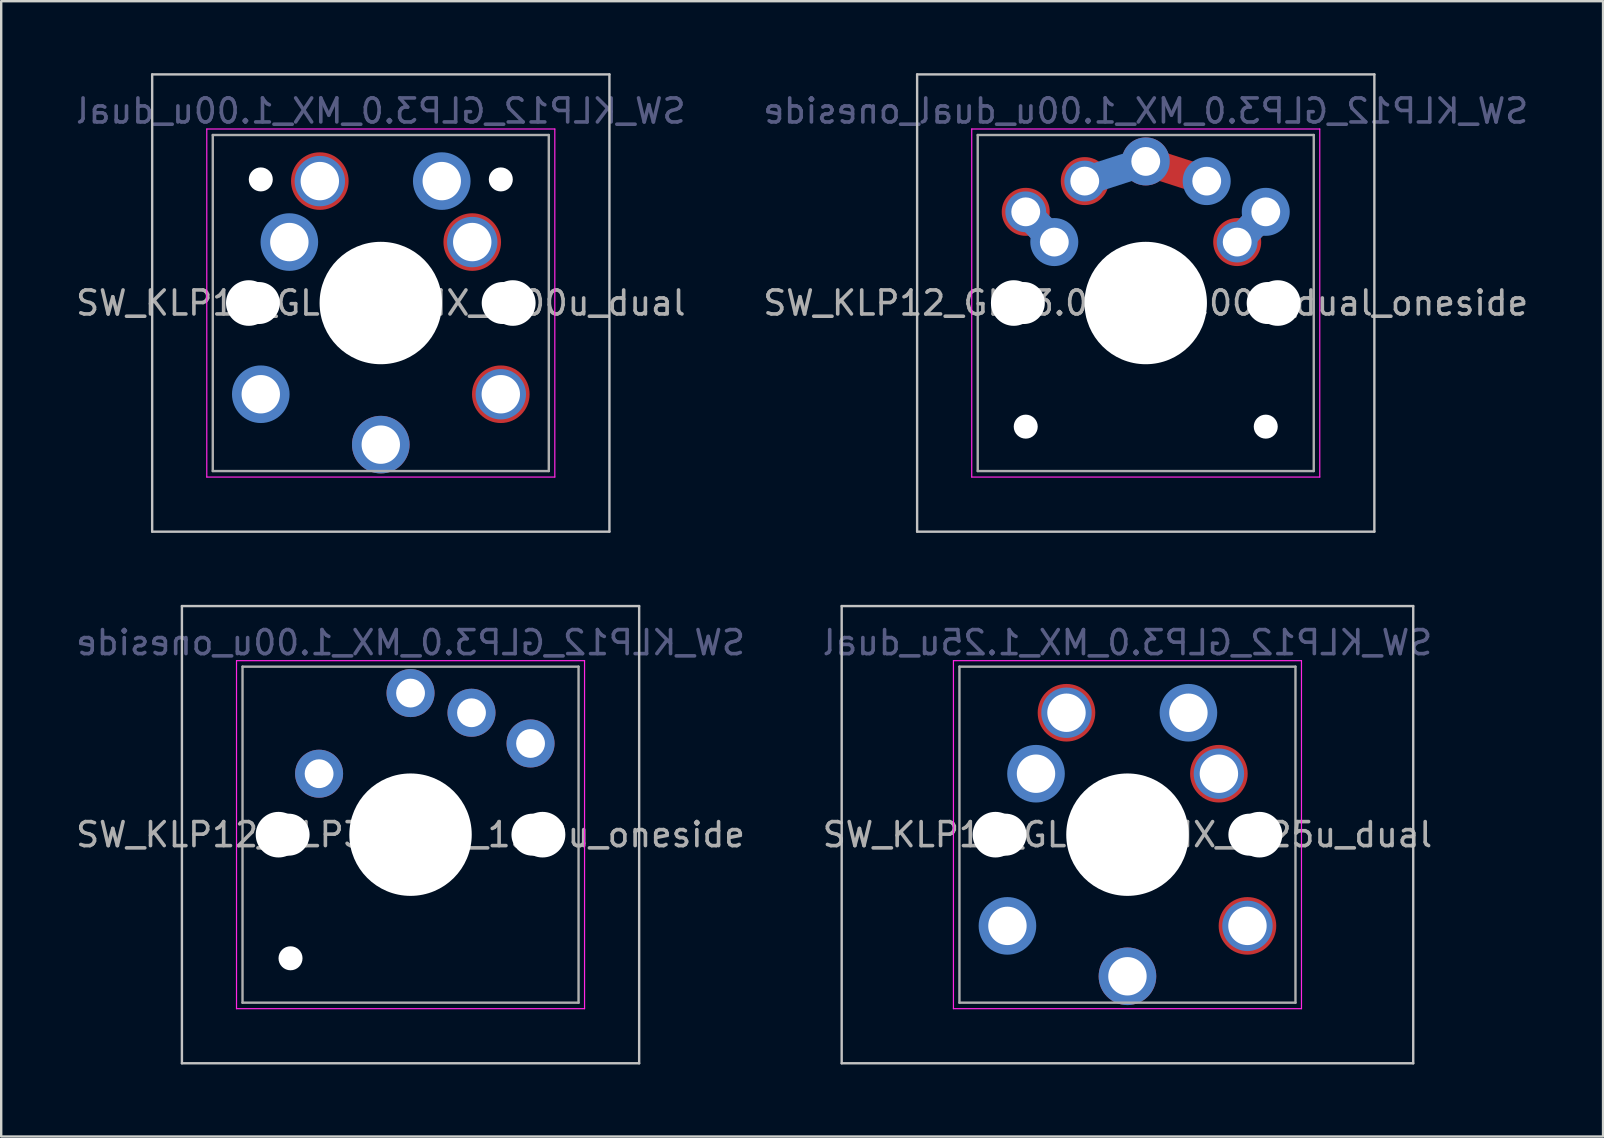
<source format=kicad_pcb>
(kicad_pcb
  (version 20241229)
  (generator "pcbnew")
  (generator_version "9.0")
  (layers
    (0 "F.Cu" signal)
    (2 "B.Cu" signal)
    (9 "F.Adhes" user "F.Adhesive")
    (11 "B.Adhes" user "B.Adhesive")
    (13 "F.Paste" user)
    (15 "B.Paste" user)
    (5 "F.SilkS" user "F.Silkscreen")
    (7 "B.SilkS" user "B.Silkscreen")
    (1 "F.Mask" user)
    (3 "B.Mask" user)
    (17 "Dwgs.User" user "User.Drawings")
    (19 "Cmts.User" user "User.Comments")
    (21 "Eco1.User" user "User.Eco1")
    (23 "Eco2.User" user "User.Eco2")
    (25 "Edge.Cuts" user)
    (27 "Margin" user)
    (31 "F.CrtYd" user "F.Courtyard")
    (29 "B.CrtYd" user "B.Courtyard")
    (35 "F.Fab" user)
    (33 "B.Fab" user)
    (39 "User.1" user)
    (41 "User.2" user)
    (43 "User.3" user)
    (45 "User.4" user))
  (footprint "SW_KLP12_GLP3.0_MX_1.00u_oneside"
    (layer "F.Cu")
    (at 14.054 31.725)
    (property "Reference" "SW_KLP12_GLP3.0_MX_1.00u_oneside" (at 0 -8 0) (layer "B.Fab") (effects (font (size 1 1) (thickness 0.15)) (justify mirror)))
    (attr smd)
    (fp_line (start -9.525 -9.525) (end -9.525 9.525) (stroke (width 0.1) (type solid)) (layer "Dwgs.User"))
    (fp_line (start -9.525 9.525) (end 9.525 9.525) (stroke (width 0.1) (type solid)) (layer "Dwgs.User"))
    (fp_line (start 9.525 -9.525) (end -9.525 -9.525) (stroke (width 0.1) (type solid)) (layer "Dwgs.User"))
    (fp_line (start 9.525 9.525) (end 9.525 -9.525) (stroke (width 0.1) (type solid)) (layer "Dwgs.User"))
    (fp_line (start -7.8 -6) (end -7 -6) (stroke (width 0.1) (type solid)) (layer "Eco1.User"))
    (fp_line (start -7.8 -2.9) (end -7.8 -6) (stroke (width 0.1) (type solid)) (layer "Eco1.User"))
    (fp_line (start -7.8 2.9) (end -7 2.9) (stroke (width 0.1) (type solid)) (layer "Eco1.User"))
    (fp_line (start -7.8 6) (end -7.8 2.9) (stroke (width 0.1) (type solid)) (layer "Eco1.User"))
    (fp_line (start -7 -7) (end 7 -7) (stroke (width 0.1) (type solid)) (layer "Eco1.User"))
    (fp_line (start -7 -6) (end -7 -7) (stroke (width 0.1) (type solid)) (layer "Eco1.User"))
    (fp_line (start -7 -2.9) (end -7.8 -2.9) (stroke (width 0.1) (type solid)) (layer "Eco1.User"))
    (fp_line (start -7 2.9) (end -7 -2.9) (stroke (width 0.1) (type solid)) (layer "Eco1.User"))
    (fp_line (start -7 6) (end -7.8 6) (stroke (width 0.1) (type solid)) (layer "Eco1.User"))
    (fp_line (start -7 7) (end -7 6) (stroke (width 0.1) (type solid)) (layer "Eco1.User"))
    (fp_line (start 7 -7) (end 7 -6) (stroke (width 0.1) (type solid)) (layer "Eco1.User"))
    (fp_line (start 7 -6) (end 7.8 -6) (stroke (width 0.1) (type solid)) (layer "Eco1.User"))
    (fp_line (start 7 -2.9) (end 7 2.9) (stroke (width 0.1) (type solid)) (layer "Eco1.User"))
    (fp_line (start 7 2.9) (end 7.8 2.9) (stroke (width 0.1) (type solid)) (layer "Eco1.User"))
    (fp_line (start 7 6) (end 7 7) (stroke (width 0.1) (type solid)) (layer "Eco1.User"))
    (fp_line (start 7 7) (end -7 7) (stroke (width 0.1) (type solid)) (layer "Eco1.User"))
    (fp_line (start 7.8 -6) (end 7.8 -2.9) (stroke (width 0.1) (type solid)) (layer "Eco1.User"))
    (fp_line (start 7.8 -2.9) (end 7 -2.9) (stroke (width 0.1) (type solid)) (layer "Eco1.User"))
    (fp_line (start 7.8 2.9) (end 7.8 6) (stroke (width 0.1) (type solid)) (layer "Eco1.User"))
    (fp_line (start 7.8 6) (end 7 6) (stroke (width 0.1) (type solid)) (layer "Eco1.User"))
    (fp_line (start -7.25 -7.25) (end -7.25 7.25) (stroke (width 0.05) (type solid)) (layer "F.CrtYd"))
    (fp_line (start -7.25 7.25) (end 7.25 7.25) (stroke (width 0.05) (type solid)) (layer "F.CrtYd"))
    (fp_line (start 7.25 -7.25) (end -7.25 -7.25) (stroke (width 0.05) (type solid)) (layer "F.CrtYd"))
    (fp_line (start 7.25 7.25) (end 7.25 -7.25) (stroke (width 0.05) (type solid)) (layer "F.CrtYd"))
    (fp_line (start -7 -7) (end -7 7) (stroke (width 0.1) (type solid)) (layer "F.Fab"))
    (fp_line (start -7 7) (end 7 7) (stroke (width 0.1) (type solid)) (layer "F.Fab"))
    (fp_line (start 7 -7) (end -7 -7) (stroke (width 0.1) (type solid)) (layer "F.Fab"))
    (fp_line (start 7 7) (end 7 -7) (stroke (width 0.1) (type solid)) (layer "F.Fab"))
    (fp_text user "${REFERENCE}" (at 0 0 0) (layer "F.Fab") (effects (font (size 1 1) (thickness 0.15))))
    (pad "" np_thru_hole circle (at -5.5 0 180) (size 1.9 1.9) (drill 1.9) (layers "*.Cu" "*.Mask"))
    (pad "" np_thru_hole circle (at -5.08 0) (size 1.75 1.75) (drill 1.75) (layers "*.Cu" "*.Mask"))
    (pad "" np_thru_hole circle (at -5 5.15) (size 1 1) (drill 1) (layers "*.Cu" "*.Mask"))
    (pad "" np_thru_hole circle (at 0 0 180) (size 5.1 5.1) (drill 5.1) (layers "*.Cu" "*.Mask"))
    (pad "" np_thru_hole circle (at 5.08 0) (size 1.75 1.75) (drill 1.75) (layers "*.Cu" "*.Mask"))
    (pad "" np_thru_hole circle (at 5.5 0 180) (size 1.9 1.9) (drill 1.9) (layers "*.Cu" "*.Mask"))
    (pad "1" thru_hole circle (at 2.54 -5.08) (size 2 2) (drill 1.2) (layers "*.Cu" "B.Mask"))
    (pad "1" thru_hole circle (at 5 -3.8) (size 2 2) (drill 1.2) (layers "*.Cu" "B.Mask"))
    (pad "2" thru_hole circle (at -3.81 -2.54) (size 2 2) (drill 1.2) (layers "*.Cu" "B.Mask"))
    (pad "2" thru_hole circle (at 0 -5.9 180) (size 2 2) (drill 1.2) (layers "*.Cu" "B.Mask")))
  (footprint "SW_KLP12_GLP3.0_MX_1.00u_dual_oneside"
    (layer "F.Cu")
    (at 44.685 9.575)
    (property "Reference" "SW_KLP12_GLP3.0_MX_1.00u_dual_oneside" (at 0 -8 0) (layer "B.Fab") (effects (font (size 1 1) (thickness 0.15)) (justify mirror)))
    (attr smd)
    (fp_line (start -9.525 -9.525) (end -9.525 9.525) (stroke (width 0.1) (type solid)) (layer "Dwgs.User"))
    (fp_line (start -9.525 9.525) (end 9.525 9.525) (stroke (width 0.1) (type solid)) (layer "Dwgs.User"))
    (fp_line (start 9.525 -9.525) (end -9.525 -9.525) (stroke (width 0.1) (type solid)) (layer "Dwgs.User"))
    (fp_line (start 9.525 9.525) (end 9.525 -9.525) (stroke (width 0.1) (type solid)) (layer "Dwgs.User"))
    (fp_line (start -7.8 -6) (end -7 -6) (stroke (width 0.1) (type solid)) (layer "Eco1.User"))
    (fp_line (start -7.8 -2.9) (end -7.8 -6) (stroke (width 0.1) (type solid)) (layer "Eco1.User"))
    (fp_line (start -7.8 2.9) (end -7 2.9) (stroke (width 0.1) (type solid)) (layer "Eco1.User"))
    (fp_line (start -7.8 6) (end -7.8 2.9) (stroke (width 0.1) (type solid)) (layer "Eco1.User"))
    (fp_line (start -7 -7) (end 7 -7) (stroke (width 0.1) (type solid)) (layer "Eco1.User"))
    (fp_line (start -7 -6) (end -7 -7) (stroke (width 0.1) (type solid)) (layer "Eco1.User"))
    (fp_line (start -7 -2.9) (end -7.8 -2.9) (stroke (width 0.1) (type solid)) (layer "Eco1.User"))
    (fp_line (start -7 2.9) (end -7 -2.9) (stroke (width 0.1) (type solid)) (layer "Eco1.User"))
    (fp_line (start -7 6) (end -7.8 6) (stroke (width 0.1) (type solid)) (layer "Eco1.User"))
    (fp_line (start -7 7) (end -7 6) (stroke (width 0.1) (type solid)) (layer "Eco1.User"))
    (fp_line (start 7 -7) (end 7 -6) (stroke (width 0.1) (type solid)) (layer "Eco1.User"))
    (fp_line (start 7 -6) (end 7.8 -6) (stroke (width 0.1) (type solid)) (layer "Eco1.User"))
    (fp_line (start 7 -2.9) (end 7 2.9) (stroke (width 0.1) (type solid)) (layer "Eco1.User"))
    (fp_line (start 7 2.9) (end 7.8 2.9) (stroke (width 0.1) (type solid)) (layer "Eco1.User"))
    (fp_line (start 7 6) (end 7 7) (stroke (width 0.1) (type solid)) (layer "Eco1.User"))
    (fp_line (start 7 7) (end -7 7) (stroke (width 0.1) (type solid)) (layer "Eco1.User"))
    (fp_line (start 7.8 -6) (end 7.8 -2.9) (stroke (width 0.1) (type solid)) (layer "Eco1.User"))
    (fp_line (start 7.8 -2.9) (end 7 -2.9) (stroke (width 0.1) (type solid)) (layer "Eco1.User"))
    (fp_line (start 7.8 2.9) (end 7.8 6) (stroke (width 0.1) (type solid)) (layer "Eco1.User"))
    (fp_line (start 7.8 6) (end 7 6) (stroke (width 0.1) (type solid)) (layer "Eco1.User"))
    (fp_line (start -7.25 -7.25) (end -7.25 7.25) (stroke (width 0.05) (type solid)) (layer "F.CrtYd"))
    (fp_line (start -7.25 7.25) (end 7.25 7.25) (stroke (width 0.05) (type solid)) (layer "F.CrtYd"))
    (fp_line (start 7.25 -7.25) (end -7.25 -7.25) (stroke (width 0.05) (type solid)) (layer "F.CrtYd"))
    (fp_line (start 7.25 7.25) (end 7.25 -7.25) (stroke (width 0.05) (type solid)) (layer "F.CrtYd"))
    (fp_line (start -7 -7) (end -7 7) (stroke (width 0.1) (type solid)) (layer "F.Fab"))
    (fp_line (start -7 7) (end 7 7) (stroke (width 0.1) (type solid)) (layer "F.Fab"))
    (fp_line (start 7 -7) (end -7 -7) (stroke (width 0.1) (type solid)) (layer "F.Fab"))
    (fp_line (start 7 7) (end 7 -7) (stroke (width 0.1) (type solid)) (layer "F.Fab"))
    (fp_text user "${REFERENCE}" (at 0 0 0) (layer "F.Fab") (effects (font (size 1 1) (thickness 0.15))))
    (pad "" np_thru_hole circle (at -5.5 0 180) (size 1.9 1.9) (drill 1.9) (layers "*.Cu" "*.Mask"))
    (pad "" np_thru_hole circle (at -5.08 0) (size 1.75 1.75) (drill 1.75) (layers "*.Cu" "*.Mask"))
    (pad "" np_thru_hole circle (at -5 5.15) (size 1 1) (drill 1) (layers "*.Cu" "*.Mask"))
    (pad "" np_thru_hole circle (at 0 0 180) (size 5.1 5.1) (drill 5.1) (layers "*.Cu" "*.Mask"))
    (pad "" np_thru_hole circle (at 5 5.15) (size 1 1) (drill 1) (layers "*.Cu" "*.Mask"))
    (pad "" np_thru_hole circle (at 5.08 0) (size 1.75 1.75) (drill 1.75) (layers "*.Cu" "*.Mask"))
    (pad "" np_thru_hole circle (at 5.5 0 180) (size 1.9 1.9) (drill 1.9) (layers "*.Cu" "*.Mask"))
    (pad "1" thru_hole circle (at -5 -3.8 223.4) (size 1.7 1.7) (drill 1.2) (layers "*.Cu" "F.Mask"))
    (pad "1" smd circle (at -5 -3.799 223.4) (size 2 2) (layers "F.Cu" "F.Mask"))
    (pad "1" smd trapezoid (at -4.405 -3.17 133.4) (size 1.733 1.2) (layers "F.Cu"))
    (pad "1" smd trapezoid (at -4.405 -3.17 133.4) (size 1.733 1.2) (layers "B.Cu"))
    (pad "1" smd circle (at -3.81 -2.54 136.6) (size 2 2) (layers "B.Cu" "B.Mask"))
    (pad "1" thru_hole circle (at -3.81 -2.54 136.6) (size 1.7 1.7) (drill 1.2) (layers "*.Cu" "B.Mask"))
    (pad "1" smd trapezoid (at -1.27 -5.49 17.9) (size 2.669 1.2) (layers "B.Cu"))
    (pad "1" smd trapezoid (at 1.27 -5.49 342.1) (size 2.669 1.2) (layers "F.Cu"))
    (pad "1" thru_hole circle (at 3.81 -2.54 223.4) (size 1.7 1.7) (drill 1.2) (layers "*.Cu" "F.Mask"))
    (pad "1" smd circle (at 3.81 -2.54 223.4) (size 2 2) (layers "F.Cu" "F.Mask"))
    (pad "1" smd trapezoid (at 4.405 -3.17 226.6) (size 1.733 1.2) (layers "F.Cu"))
    (pad "1" smd trapezoid (at 4.405 -3.17 226.6) (size 1.733 1.2) (layers "B.Cu"))
    (pad "1" smd circle (at 5 -3.799 136.6) (size 2 2) (layers "B.Cu" "B.Mask"))
    (pad "1" thru_hole circle (at 5 -3.8 136.6) (size 1.7 1.7) (drill 1.2) (layers "*.Cu" "B.Mask"))
    (pad "2" thru_hole circle (at -2.541 -5.081 223.4) (size 1.7 1.7) (drill 1.2) (layers "*.Cu" "F.Mask"))
    (pad "2" smd circle (at -2.54 -5.08 223.4) (size 2 2) (layers "F.Cu" "F.Mask"))
    (pad "2" thru_hole circle (at 0 -5.9) (size 2 2) (drill 1.2) (layers "*.Cu" "*.Mask"))
    (pad "2" smd circle (at 2.54 -5.08 136.6) (size 2 2) (layers "B.Cu" "B.Mask"))
    (pad "2" thru_hole circle (at 2.54 -5.08 136.6) (size 1.7 1.7) (drill 1.2) (layers "*.Cu" "B.Mask")))
  (footprint "SW_KLP12_GLP3.0_MX_1.25u_dual"
    (layer "F.Cu")
    (at 43.923 31.725)
    (property "Reference" "SW_KLP12_GLP3.0_MX_1.25u_dual" (at 0 -8 0) (layer "B.Fab") (effects (font (size 1 1) (thickness 0.15)) (justify mirror)))
    (attr smd)
    (fp_line (start -11.906 -9.525) (end -11.906 9.525) (stroke (width 0.1) (type solid)) (layer "Dwgs.User"))
    (fp_line (start 11.906 -9.525) (end -11.906 -9.525) (stroke (width 0.1) (type solid)) (layer "Dwgs.User"))
    (fp_line (start 11.906 9.525) (end -11.906 9.525) (stroke (width 0.1) (type solid)) (layer "Dwgs.User"))
    (fp_line (start 11.906 9.525) (end 11.906 -9.525) (stroke (width 0.1) (type solid)) (layer "Dwgs.User"))
    (fp_line (start -7.8 -6) (end -7 -6) (stroke (width 0.1) (type solid)) (layer "Eco1.User"))
    (fp_line (start -7.8 -2.9) (end -7.8 -6) (stroke (width 0.1) (type solid)) (layer "Eco1.User"))
    (fp_line (start -7.8 2.9) (end -7 2.9) (stroke (width 0.1) (type solid)) (layer "Eco1.User"))
    (fp_line (start -7.8 6) (end -7.8 2.9) (stroke (width 0.1) (type solid)) (layer "Eco1.User"))
    (fp_line (start -7 -7) (end 7 -7) (stroke (width 0.1) (type solid)) (layer "Eco1.User"))
    (fp_line (start -7 -6) (end -7 -7) (stroke (width 0.1) (type solid)) (layer "Eco1.User"))
    (fp_line (start -7 -2.9) (end -7.8 -2.9) (stroke (width 0.1) (type solid)) (layer "Eco1.User"))
    (fp_line (start -7 2.9) (end -7 -2.9) (stroke (width 0.1) (type solid)) (layer "Eco1.User"))
    (fp_line (start -7 6) (end -7.8 6) (stroke (width 0.1) (type solid)) (layer "Eco1.User"))
    (fp_line (start -7 7) (end -7 6) (stroke (width 0.1) (type solid)) (layer "Eco1.User"))
    (fp_line (start 7 -7) (end 7 -6) (stroke (width 0.1) (type solid)) (layer "Eco1.User"))
    (fp_line (start 7 -6) (end 7.8 -6) (stroke (width 0.1) (type solid)) (layer "Eco1.User"))
    (fp_line (start 7 -2.9) (end 7 2.9) (stroke (width 0.1) (type solid)) (layer "Eco1.User"))
    (fp_line (start 7 2.9) (end 7.8 2.9) (stroke (width 0.1) (type solid)) (layer "Eco1.User"))
    (fp_line (start 7 6) (end 7 7) (stroke (width 0.1) (type solid)) (layer "Eco1.User"))
    (fp_line (start 7 7) (end -7 7) (stroke (width 0.1) (type solid)) (layer "Eco1.User"))
    (fp_line (start 7.8 -6) (end 7.8 -2.9) (stroke (width 0.1) (type solid)) (layer "Eco1.User"))
    (fp_line (start 7.8 -2.9) (end 7 -2.9) (stroke (width 0.1) (type solid)) (layer "Eco1.User"))
    (fp_line (start 7.8 2.9) (end 7.8 6) (stroke (width 0.1) (type solid)) (layer "Eco1.User"))
    (fp_line (start 7.8 6) (end 7 6) (stroke (width 0.1) (type solid)) (layer "Eco1.User"))
    (fp_line (start -7.25 -7.25) (end -7.25 7.25) (stroke (width 0.05) (type solid)) (layer "F.CrtYd"))
    (fp_line (start -7.25 7.25) (end 7.25 7.25) (stroke (width 0.05) (type solid)) (layer "F.CrtYd"))
    (fp_line (start 7.25 -7.25) (end -7.25 -7.25) (stroke (width 0.05) (type solid)) (layer "F.CrtYd"))
    (fp_line (start 7.25 7.25) (end 7.25 -7.25) (stroke (width 0.05) (type solid)) (layer "F.CrtYd"))
    (fp_line (start -7 -7) (end -7 7) (stroke (width 0.1) (type solid)) (layer "F.Fab"))
    (fp_line (start -7 7) (end 7 7) (stroke (width 0.1) (type solid)) (layer "F.Fab"))
    (fp_line (start 7 -7) (end -7 -7) (stroke (width 0.1) (type solid)) (layer "F.Fab"))
    (fp_line (start 7 7) (end 7 -7) (stroke (width 0.1) (type solid)) (layer "F.Fab"))
    (fp_text user "${REFERENCE}" (at 0 0 0) (layer "F.Fab") (effects (font (size 1 1) (thickness 0.15))))
    (pad "" np_thru_hole circle (at -5.5 0 180) (size 1.9 1.9) (drill 1.9) (layers "*.Cu" "*.Mask"))
    (pad "" np_thru_hole circle (at -5.08 0) (size 1.75 1.75) (drill 1.75) (layers "*.Cu" "*.Mask"))
    (pad "" np_thru_hole circle (at 0 0 180) (size 5.1 5.1) (drill 5.1) (layers "*.Cu" "*.Mask"))
    (pad "" np_thru_hole circle (at 5.08 0) (size 1.75 1.75) (drill 1.75) (layers "*.Cu" "*.Mask"))
    (pad "" np_thru_hole circle (at 5.5 0 180) (size 1.9 1.9) (drill 1.9) (layers "*.Cu" "*.Mask"))
    (pad "1" thru_hole circle (at -5 3.8) (size 2.1 2.1) (drill 1.6) (layers "*.Cu" "B.Mask"))
    (pad "1" smd circle (at -5 3.8 180) (size 2.4 2.4) (layers "B.Cu" "B.Mask"))
    (pad "1" smd circle (at 2.54 -5.08) (size 2.4 2.4) (layers "B.Cu" "B.Mask"))
    (pad "1" thru_hole circle (at 2.54 -5.08) (size 2.1 2.1) (drill 1.6) (layers "*.Cu" "B.Mask"))
    (pad "1" thru_hole circle (at 3.81 -2.54) (size 2.1 2.1) (drill 1.6) (layers "*.Cu" "F.Mask"))
    (pad "1" smd circle (at 3.81 -2.54) (size 2.4 2.4) (layers "F.Cu" "F.Mask"))
    (pad "1" thru_hole circle (at 5 3.8) (size 2.1 2.1) (drill 1.6) (layers "*.Cu"))
    (pad "1" smd circle (at 5 3.8 180) (size 2.4 2.4) (layers "F.Cu" "F.Mask"))
    (pad "2" thru_hole circle (at -3.81 -2.54) (size 2.1 2.1) (drill 1.6) (layers "*.Cu" "B.Mask"))
    (pad "2" smd circle (at -3.81 -2.54) (size 2.4 2.4) (layers "B.Cu" "B.Mask"))
    (pad "2" thru_hole circle (at -2.54 -5.08) (size 2.1 2.1) (drill 1.6) (layers "*.Cu" "F.Mask"))
    (pad "2" smd circle (at -2.54 -5.08) (size 2.4 2.4) (layers "F.Cu" "F.Mask"))
    (pad "2" thru_hole circle (at 0 5.9 180) (size 2.4 2.4) (drill 1.6) (layers "*.Cu" "*.Mask")))
  (footprint "SW_KLP12_GLP3.0_MX_1.00u_dual"
    (layer "F.Cu")
    (at 12.815 9.575)
    (property "Reference" "SW_KLP12_GLP3.0_MX_1.00u_dual" (at 0 -8 0) (layer "B.Fab") (effects (font (size 1 1) (thickness 0.15)) (justify mirror)))
    (attr smd)
    (fp_line (start -9.525 -9.525) (end -9.525 9.525) (stroke (width 0.1) (type solid)) (layer "Dwgs.User"))
    (fp_line (start -9.525 9.525) (end 9.525 9.525) (stroke (width 0.1) (type solid)) (layer "Dwgs.User"))
    (fp_line (start 9.525 -9.525) (end -9.525 -9.525) (stroke (width 0.1) (type solid)) (layer "Dwgs.User"))
    (fp_line (start 9.525 9.525) (end 9.525 -9.525) (stroke (width 0.1) (type solid)) (layer "Dwgs.User"))
    (fp_line (start -7.8 -6) (end -7 -6) (stroke (width 0.1) (type solid)) (layer "Eco1.User"))
    (fp_line (start -7.8 -2.9) (end -7.8 -6) (stroke (width 0.1) (type solid)) (layer "Eco1.User"))
    (fp_line (start -7.8 2.9) (end -7 2.9) (stroke (width 0.1) (type solid)) (layer "Eco1.User"))
    (fp_line (start -7.8 6) (end -7.8 2.9) (stroke (width 0.1) (type solid)) (layer "Eco1.User"))
    (fp_line (start -7 -7) (end 7 -7) (stroke (width 0.1) (type solid)) (layer "Eco1.User"))
    (fp_line (start -7 -6) (end -7 -7) (stroke (width 0.1) (type solid)) (layer "Eco1.User"))
    (fp_line (start -7 -2.9) (end -7.8 -2.9) (stroke (width 0.1) (type solid)) (layer "Eco1.User"))
    (fp_line (start -7 2.9) (end -7 -2.9) (stroke (width 0.1) (type solid)) (layer "Eco1.User"))
    (fp_line (start -7 6) (end -7.8 6) (stroke (width 0.1) (type solid)) (layer "Eco1.User"))
    (fp_line (start -7 7) (end -7 6) (stroke (width 0.1) (type solid)) (layer "Eco1.User"))
    (fp_line (start 7 -7) (end 7 -6) (stroke (width 0.1) (type solid)) (layer "Eco1.User"))
    (fp_line (start 7 -6) (end 7.8 -6) (stroke (width 0.1) (type solid)) (layer "Eco1.User"))
    (fp_line (start 7 -2.9) (end 7 2.9) (stroke (width 0.1) (type solid)) (layer "Eco1.User"))
    (fp_line (start 7 2.9) (end 7.8 2.9) (stroke (width 0.1) (type solid)) (layer "Eco1.User"))
    (fp_line (start 7 6) (end 7 7) (stroke (width 0.1) (type solid)) (layer "Eco1.User"))
    (fp_line (start 7 7) (end -7 7) (stroke (width 0.1) (type solid)) (layer "Eco1.User"))
    (fp_line (start 7.8 -6) (end 7.8 -2.9) (stroke (width 0.1) (type solid)) (layer "Eco1.User"))
    (fp_line (start 7.8 -2.9) (end 7 -2.9) (stroke (width 0.1) (type solid)) (layer "Eco1.User"))
    (fp_line (start 7.8 2.9) (end 7.8 6) (stroke (width 0.1) (type solid)) (layer "Eco1.User"))
    (fp_line (start 7.8 6) (end 7 6) (stroke (width 0.1) (type solid)) (layer "Eco1.User"))
    (fp_line (start -7.25 -7.25) (end -7.25 7.25) (stroke (width 0.05) (type solid)) (layer "F.CrtYd"))
    (fp_line (start -7.25 7.25) (end 7.25 7.25) (stroke (width 0.05) (type solid)) (layer "F.CrtYd"))
    (fp_line (start 7.25 -7.25) (end -7.25 -7.25) (stroke (width 0.05) (type solid)) (layer "F.CrtYd"))
    (fp_line (start 7.25 7.25) (end 7.25 -7.25) (stroke (width 0.05) (type solid)) (layer "F.CrtYd"))
    (fp_line (start -7 -7) (end -7 7) (stroke (width 0.1) (type solid)) (layer "F.Fab"))
    (fp_line (start -7 7) (end 7 7) (stroke (width 0.1) (type solid)) (layer "F.Fab"))
    (fp_line (start 7 -7) (end -7 -7) (stroke (width 0.1) (type solid)) (layer "F.Fab"))
    (fp_line (start 7 7) (end 7 -7) (stroke (width 0.1) (type solid)) (layer "F.Fab"))
    (fp_text user "${REFERENCE}" (at 0 0 0) (layer "F.Fab") (effects (font (size 1 1) (thickness 0.15))))
    (pad "" np_thru_hole circle (at -5.5 0 180) (size 1.9 1.9) (drill 1.9) (layers "*.Cu" "*.Mask"))
    (pad "" np_thru_hole circle (at -5.08 0) (size 1.75 1.75) (drill 1.75) (layers "*.Cu" "*.Mask"))
    (pad "" np_thru_hole circle (at -5 -5.15 180) (size 1 1) (drill 1) (layers "*.Cu" "*.Mask"))
    (pad "" np_thru_hole circle (at 0 0 180) (size 5.1 5.1) (drill 5.1) (layers "*.Cu" "*.Mask"))
    (pad "" np_thru_hole circle (at 5 -5.15 180) (size 1 1) (drill 1) (layers "*.Cu" "*.Mask"))
    (pad "" np_thru_hole circle (at 5.08 0) (size 1.75 1.75) (drill 1.75) (layers "*.Cu" "*.Mask"))
    (pad "" np_thru_hole circle (at 5.5 0 180) (size 1.9 1.9) (drill 1.9) (layers "*.Cu" "*.Mask"))
    (pad "1" thru_hole circle (at -5 3.8) (size 2.1 2.1) (drill 1.6) (layers "*.Cu" "B.Mask"))
    (pad "1" smd circle (at -5 3.8 180) (size 2.4 2.4) (layers "B.Cu" "B.Mask"))
    (pad "1" smd circle (at 2.54 -5.08) (size 2.4 2.4) (layers "B.Cu" "B.Mask"))
    (pad "1" thru_hole circle (at 2.54 -5.08) (size 2.1 2.1) (drill 1.6) (layers "*.Cu" "B.Mask"))
    (pad "1" thru_hole circle (at 3.81 -2.54) (size 2.1 2.1) (drill 1.6) (layers "*.Cu" "F.Mask"))
    (pad "1" smd circle (at 3.81 -2.54) (size 2.4 2.4) (layers "F.Cu" "F.Mask"))
    (pad "1" thru_hole circle (at 5 3.8) (size 2.1 2.1) (drill 1.6) (layers "*.Cu" "F.Mask"))
    (pad "1" smd circle (at 5 3.8 180) (size 2.4 2.4) (layers "F.Cu" "F.Mask"))
    (pad "2" thru_hole circle (at -3.81 -2.54) (size 2.1 2.1) (drill 1.6) (layers "*.Cu" "B.Mask"))
    (pad "2" smd circle (at -3.81 -2.54) (size 2.4 2.4) (layers "B.Cu" "B.Mask"))
    (pad "2" thru_hole circle (at -2.54 -5.08) (size 2.1 2.1) (drill 1.6) (layers "*.Cu" "F.Mask"))
    (pad "2" smd circle (at -2.54 -5.08) (size 2.4 2.4) (layers "F.Cu" "F.Mask"))
    (pad "2" thru_hole circle (at 0 5.9 180) (size 2.4 2.4) (drill 1.6) (layers "*.Cu" "*.Mask")))
  (gr_rect
    (start -3 -3)
    (end 63.738 44.3)
    (stroke (width 0.1) (type default))
    (fill no)
    (layer "Edge.Cuts")))
</source>
